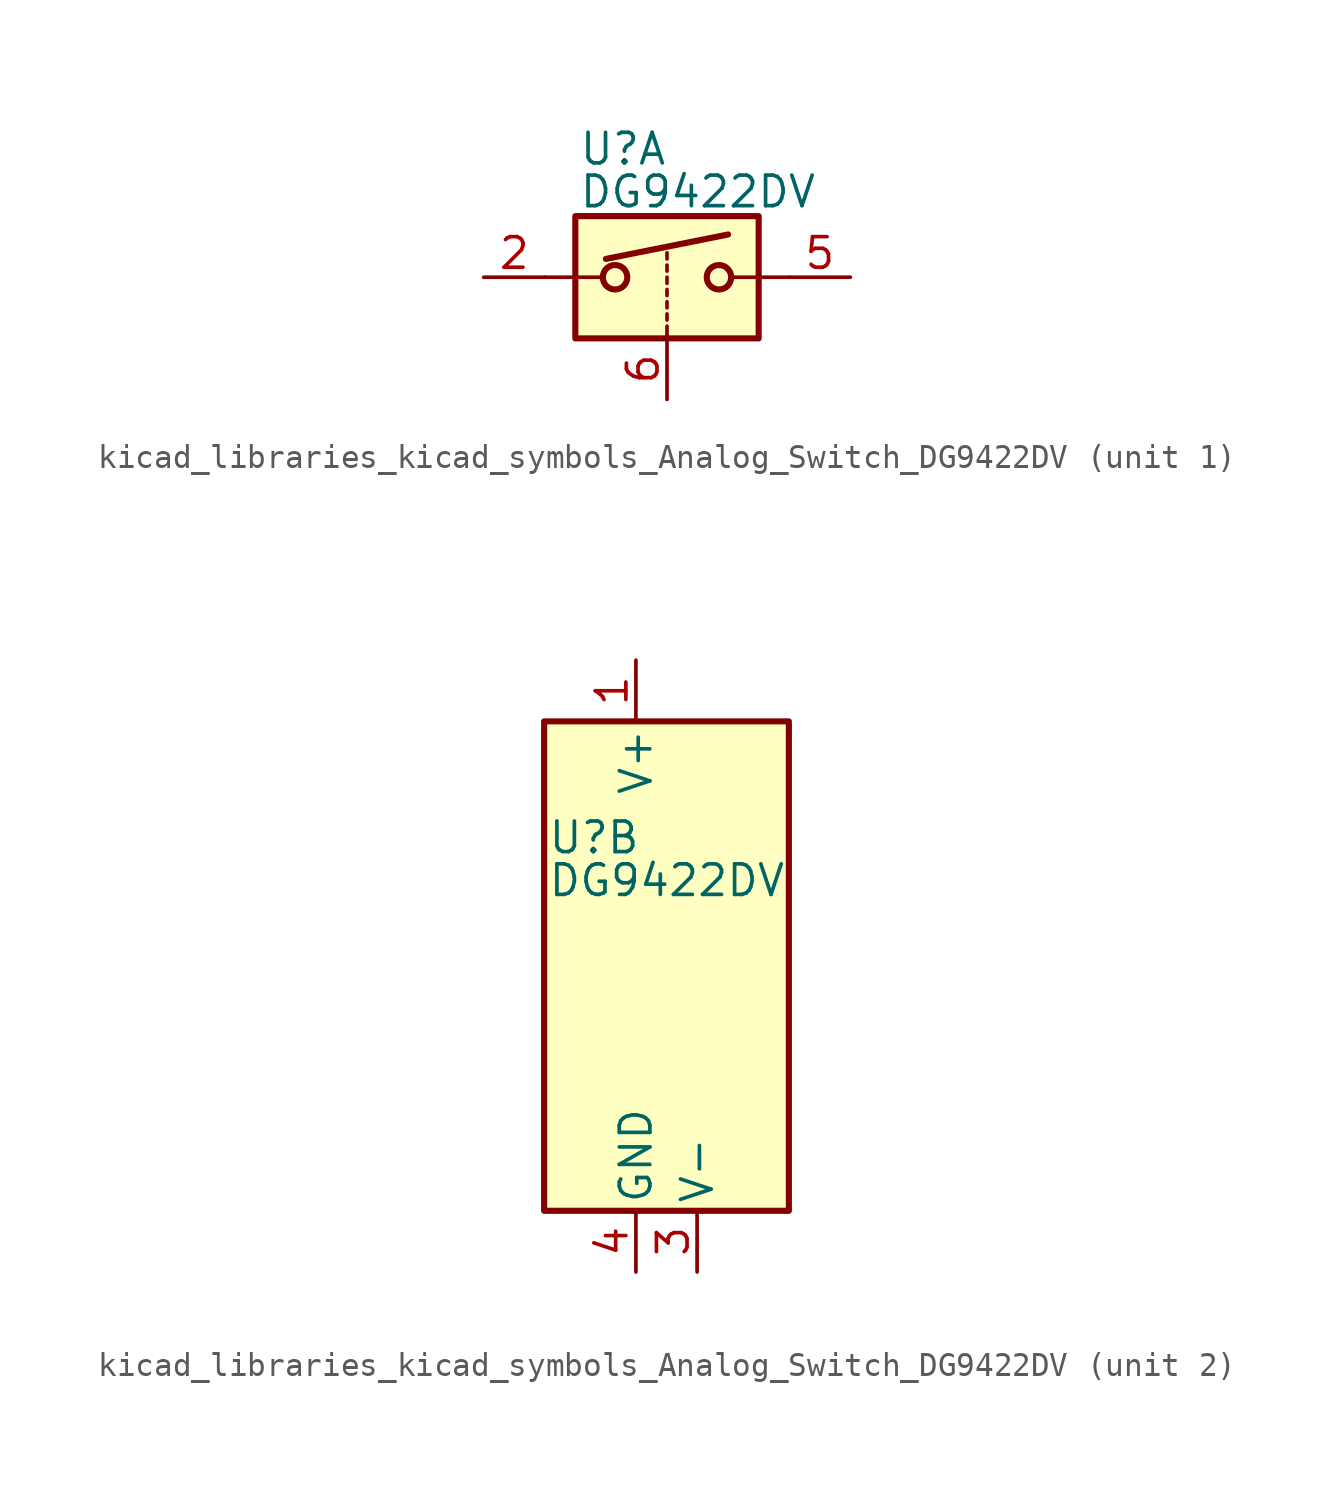
<source format=kicad_sym>
(kicad_symbol_lib
  (version 20220914)
  (generator kicad_symbol_editor)
  (symbol "kicad_libraries_kicad_symbols_Analog_Switch_DG9422DV"
    (pin_names
      (offset 0.254))
    (property "Reference" "U"
      (at -3.683 5.334 0)
      (effects (font (size 1.27 1.27)) (justify left)))
    (property "Value" "DG9422DV"
      (at -3.683 3.556 0)
      (effects (font (size 1.27 1.27)) (justify left)))
    (symbol "kicad_libraries_kicad_symbols_Analog_Switch_DG9422DV_1_1"
      (rectangle (start -3.81 2.54) (end 3.81 -2.54) (stroke (width 0.254) (type default)) (fill (type background)))
      (circle (center -2.159 0) (radius 0.508) (stroke (width 0.254) (type default)) (fill (type none)))
      (polyline (pts (xy -5.08 0) (xy -2.794 0)) (stroke (width 0) (type default)) (fill (type none)))
      (polyline (pts (xy -2.54 0.762) (xy 2.54 1.778)) (stroke (width 0.254) (type default)) (fill (type none)))
      (polyline (pts (xy 0 -2.54) (xy 0 -2.032)) (stroke (width 0) (type default)) (fill (type none)))
      (polyline (pts (xy 0 -1.778) (xy 0 -1.524)) (stroke (width 0) (type default)) (fill (type none)))
      (polyline (pts (xy 0 -1.27) (xy 0 -1.016)) (stroke (width 0) (type default)) (fill (type none)))
      (polyline (pts (xy 0 -0.762) (xy 0 -0.508)) (stroke (width 0) (type default)) (fill (type none)))
      (polyline (pts (xy 0 -0.254) (xy 0 0)) (stroke (width 0) (type default)) (fill (type none)))
      (polyline (pts (xy 0 0.254) (xy 0 0.508)) (stroke (width 0) (type default)) (fill (type none)))
      (polyline (pts (xy 0 0.762) (xy 0 1.016)) (stroke (width 0) (type default)) (fill (type none)))
      (polyline (pts (xy 5.08 0) (xy 2.794 0)) (stroke (width 0) (type default)) (fill (type none)))
      (circle (center 2.159 0) (radius 0.508) (stroke (width 0.254) (type default)) (fill (type none)))
      (pin passive line (at -7.62 0 0) (length 2.54) (name "~" (effects (font (size 1.27 1.27)))) (number "2" (effects (font (size 1.27 1.27)))))
      (pin passive line (at 7.62 0 180) (length 2.54) (name "~" (effects (font (size 1.27 1.27)))) (number "5" (effects (font (size 1.27 1.27)))))
      (pin input line (at 0 -5.08 90) (length 2.54) (name "~" (effects (font (size 1.27 1.27)))) (number "6" (effects (font (size 1.27 1.27))))))
    (symbol "kicad_libraries_kicad_symbols_Analog_Switch_DG9422DV_2_0"
      (pin power_in line (at 0 12.7 270) (length 2.54) (name "V+" (effects (font (size 1.27 1.27)))) (number "1" (effects (font (size 1.27 1.27)))))
      (pin power_in line (at 2.54 -12.7 90) (length 2.54) (name "V-" (effects (font (size 1.27 1.27)))) (number "3" (effects (font (size 1.27 1.27)))))
      (pin power_in line (at 0 -12.7 90) (length 2.54) (name "GND" (effects (font (size 1.27 1.27)))) (number "4" (effects (font (size 1.27 1.27))))))
    (symbol "kicad_libraries_kicad_symbols_Analog_Switch_DG9422DV_2_1"
      (rectangle (start -3.81 10.16) (end 6.35 -10.16) (stroke (width 0.254) (type default)) (fill (type background))))))
</source>
